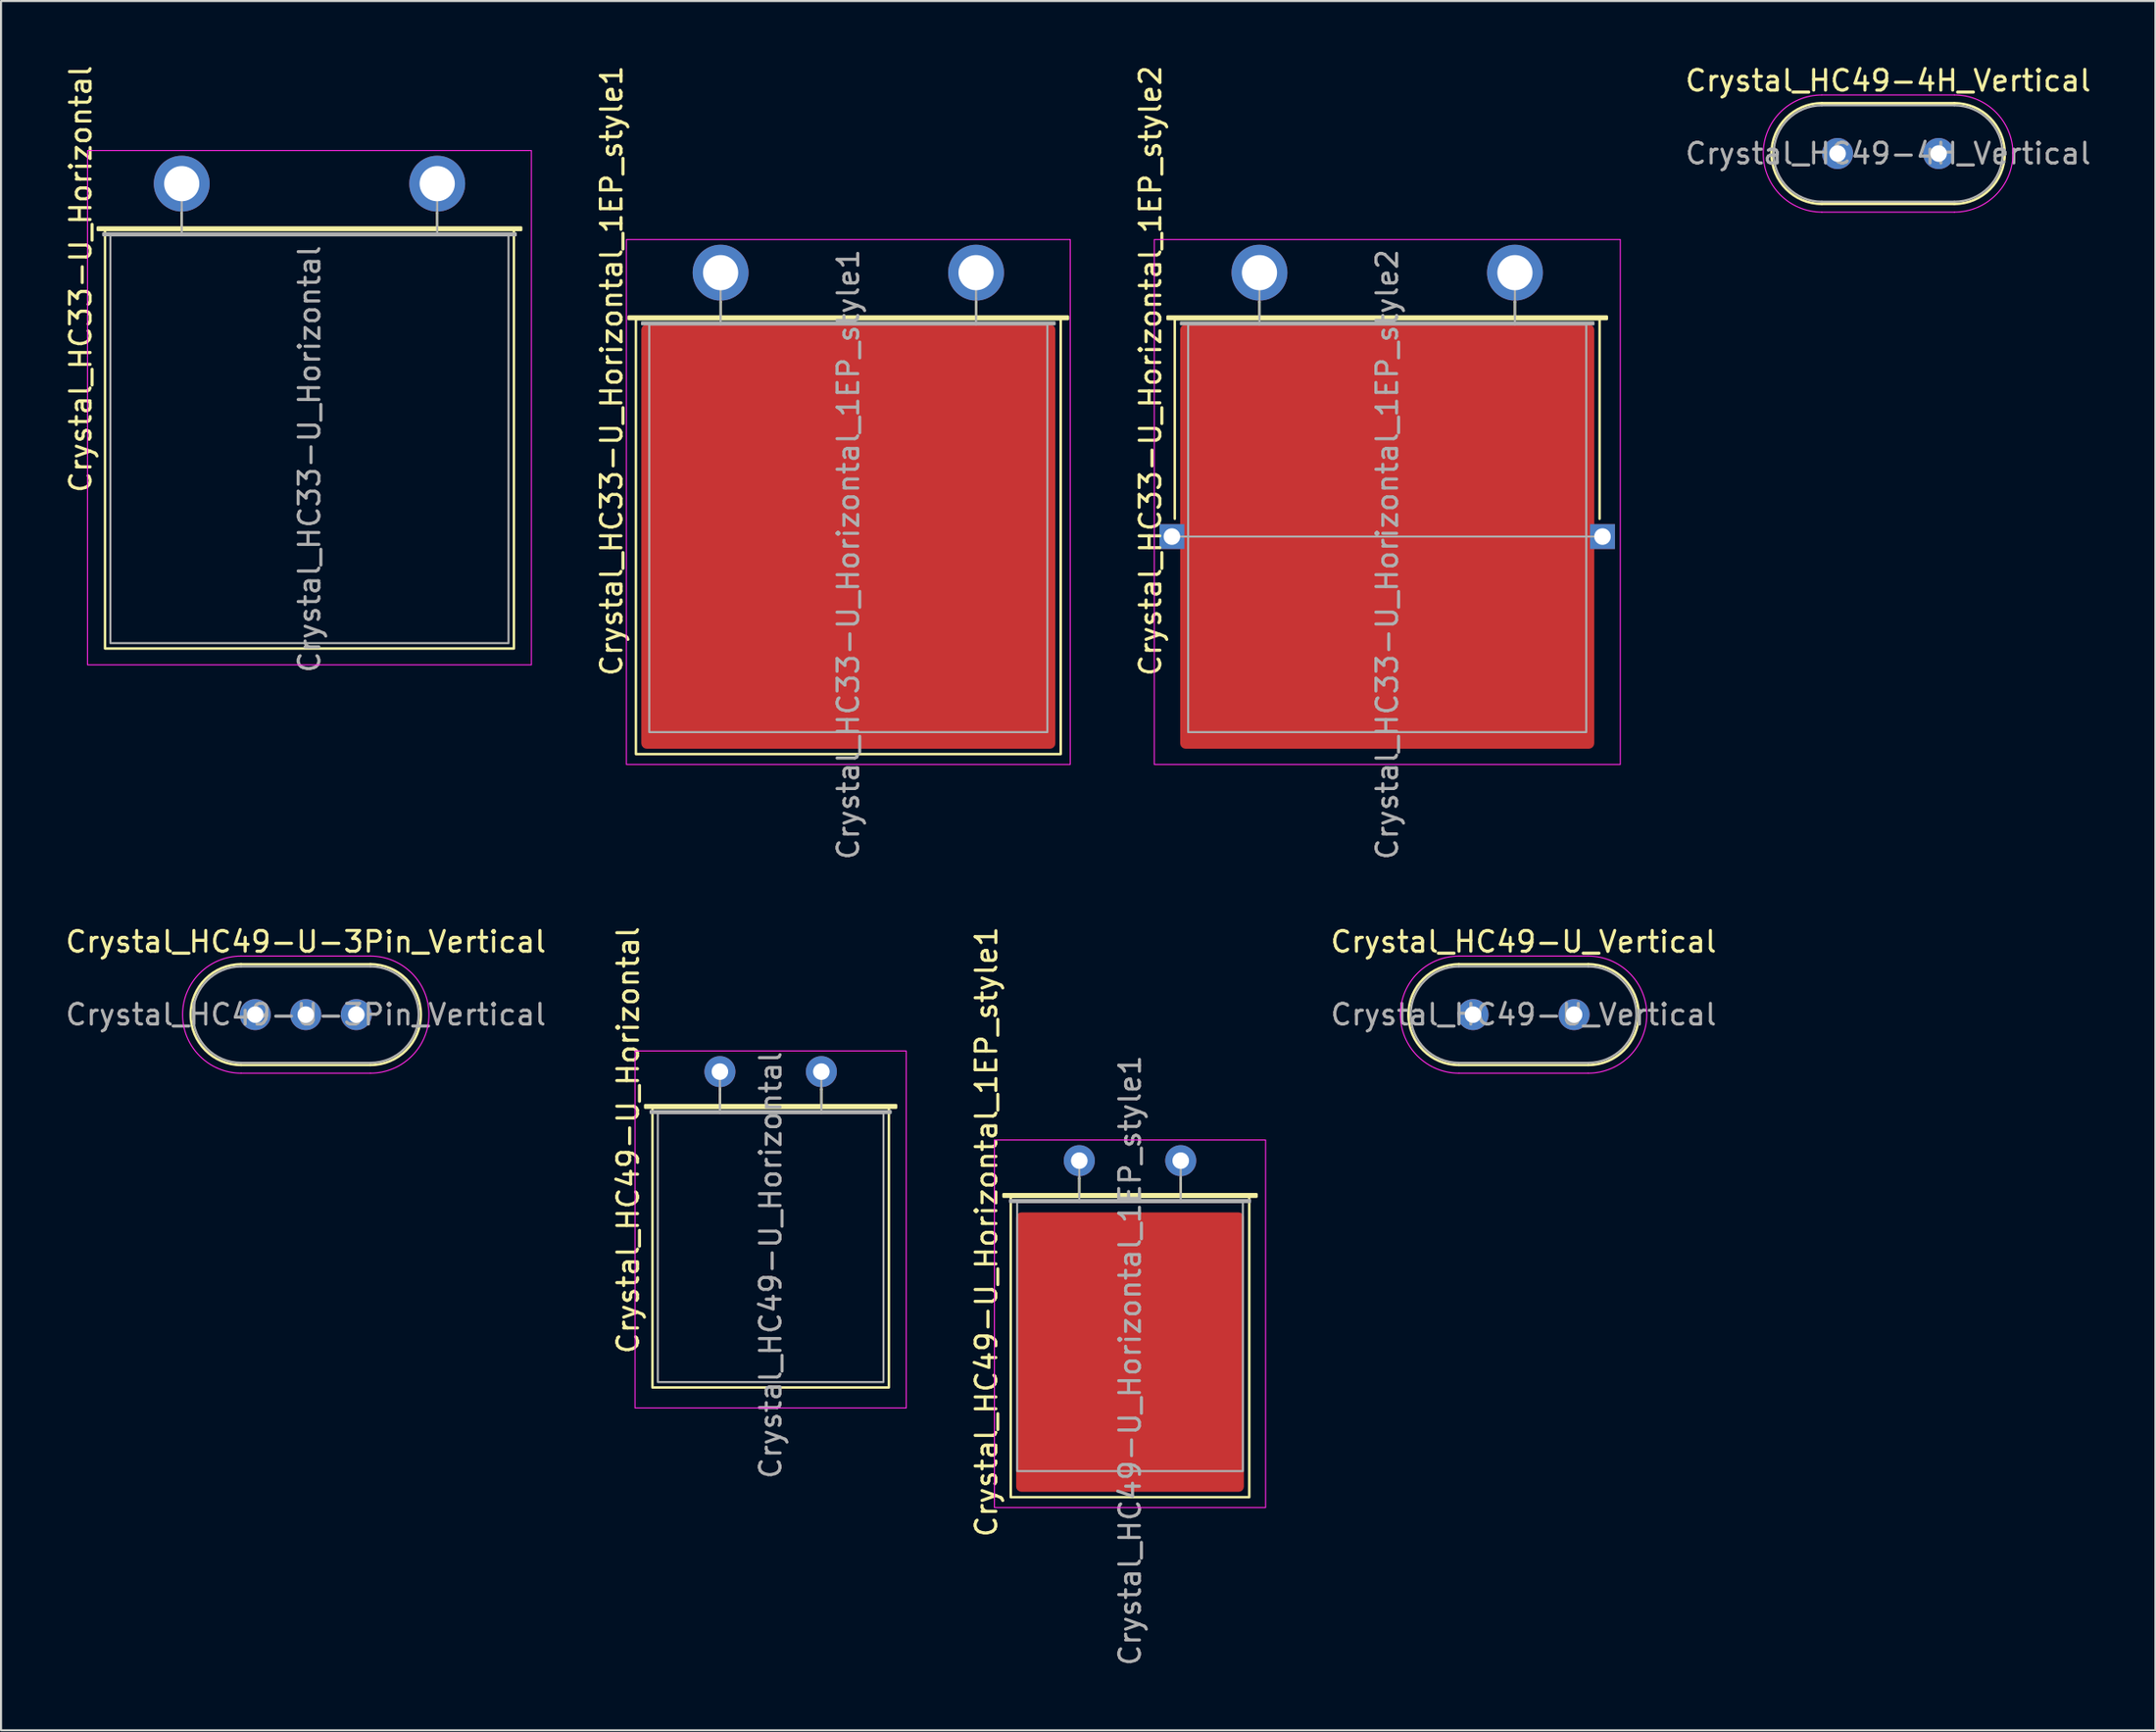
<source format=kicad_pcb>
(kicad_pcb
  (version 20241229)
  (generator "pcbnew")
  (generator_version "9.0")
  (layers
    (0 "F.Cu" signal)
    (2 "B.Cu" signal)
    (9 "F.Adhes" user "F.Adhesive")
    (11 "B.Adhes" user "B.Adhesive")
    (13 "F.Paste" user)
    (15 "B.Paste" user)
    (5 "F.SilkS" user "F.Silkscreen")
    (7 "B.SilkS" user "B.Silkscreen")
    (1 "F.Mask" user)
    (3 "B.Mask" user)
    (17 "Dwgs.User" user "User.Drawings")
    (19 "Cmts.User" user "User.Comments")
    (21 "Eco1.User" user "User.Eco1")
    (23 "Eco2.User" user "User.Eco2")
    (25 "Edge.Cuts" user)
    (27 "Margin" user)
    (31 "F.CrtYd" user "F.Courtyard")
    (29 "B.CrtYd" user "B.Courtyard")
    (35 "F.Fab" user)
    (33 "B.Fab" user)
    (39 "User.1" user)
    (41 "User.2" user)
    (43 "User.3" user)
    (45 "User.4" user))
  (footprint "Crystal_HC49-U_Horizontal"
    (layer "F.Cu")
    (at 31.724 48.724)
    (property "Reference" "Crystal_HC49-U_Horizontal" (at -4.435 3.312 90) (layer "F.SilkS") (effects (font (size 1 1) (thickness 0.15))))
    (attr through_hole)
    (fp_line (start 0 0.87) (end 0 0.81) (stroke (width 0.12) (type solid)) (layer "F.SilkS"))
    (fp_line (start 0 1.74) (end 0 0.87) (stroke (width 0.12) (type solid)) (layer "F.SilkS"))
    (fp_line (start 4.9 0.87) (end 4.9 0.81) (stroke (width 0.12) (type solid)) (layer "F.SilkS"))
    (fp_line (start 4.9 1.74) (end 4.9 0.87) (stroke (width 0.12) (type solid)) (layer "F.SilkS"))
    (fp_rect (start -3.61 1.74) (end 8.51 1.62) (stroke (width 0.12) (type solid)) (fill no) (layer "F.SilkS"))
    (fp_rect (start -3.26 1.74) (end 8.16 15.26) (stroke (width 0.12) (type solid)) (fill no) (layer "F.SilkS"))
    (fp_rect (start -4.1 -1) (end 9 16.25) (stroke (width 0.05) (type solid)) (fill no) (layer "F.CrtYd"))
    (fp_line (start 0 1) (end 0 0) (stroke (width 0.1) (type solid)) (layer "F.Fab"))
    (fp_line (start 0 2) (end 0 1) (stroke (width 0.1) (type solid)) (layer "F.Fab"))
    (fp_line (start 4.9 1) (end 4.9 0) (stroke (width 0.1) (type solid)) (layer "F.Fab"))
    (fp_line (start 4.9 2) (end 4.9 1) (stroke (width 0.1) (type solid)) (layer "F.Fab"))
    (fp_rect (start -3.35 2) (end 8.25 1.9) (stroke (width 0.1) (type solid)) (fill no) (layer "F.Fab"))
    (fp_rect (start -3 2) (end 7.9 15) (stroke (width 0.1) (type solid)) (fill no) (layer "F.Fab"))
    (fp_text user "${REFERENCE}" (at 2.45 9.35 90) (layer "F.Fab") (effects (font (size 1 1) (thickness 0.15))))
    (pad "1" thru_hole circle (at 0 0) (size 1.5 1.5) (drill 0.8) (layers "*.Cu" "*.Mask"))
    (pad "2" thru_hole circle (at 4.9 0) (size 1.5 1.5) (drill 0.8) (layers "*.Cu" "*.Mask")))
  (footprint "Crystal_HC49-U-3Pin_Vertical"
    (layer "F.Cu")
    (at 9.28 45.97)
    (property "Reference" "Crystal_HC49-U-3Pin_Vertical" (at 2.44 -3.52 0) (layer "F.SilkS") (effects (font (size 1 1) (thickness 0.15))))
    (attr through_hole)
    (fp_line (start -0.685 -2.435) (end 5.565 -2.435) (stroke (width 0.12) (type solid)) (layer "F.SilkS"))
    (fp_line (start -0.685 2.435) (end 5.565 2.435) (stroke (width 0.12) (type solid)) (layer "F.SilkS"))
    (fp_arc (start -0.685 2.435) (mid -3.12 0) (end -0.685 -2.435) (stroke (width 0.12) (type solid)) (layer "F.SilkS"))
    (fp_arc (start 5.565 -2.435) (mid 8 0) (end 5.565 2.435) (stroke (width 0.12) (type solid)) (layer "F.SilkS"))
    (fp_line (start -0.68 -2.83) (end 5.56 -2.83) (stroke (width 0.05) (type solid)) (layer "F.CrtYd"))
    (fp_line (start -0.68 2.83) (end 5.56 2.83) (stroke (width 0.05) (type solid)) (layer "F.CrtYd"))
    (fp_arc (start -0.68 2.83) (mid -3.51 0) (end -0.68 -2.83) (stroke (width 0.05) (type solid)) (layer "F.CrtYd"))
    (fp_arc (start 5.56 -2.83) (mid 8.39 0) (end 5.56 2.83) (stroke (width 0.05) (type solid)) (layer "F.CrtYd"))
    (fp_line (start -0.685 -2.325) (end 5.565 -2.325) (stroke (width 0.1) (type solid)) (layer "F.Fab"))
    (fp_line (start -0.685 2.325) (end 5.565 2.325) (stroke (width 0.1) (type solid)) (layer "F.Fab"))
    (fp_arc (start -0.685 2.325) (mid -3.01 0) (end -0.685 -2.325) (stroke (width 0.1) (type solid)) (layer "F.Fab"))
    (fp_arc (start 5.565 -2.325) (mid 7.89 0) (end 5.565 2.325) (stroke (width 0.1) (type solid)) (layer "F.Fab"))
    (fp_text user "${REFERENCE}" (at 2.44 0 0) (layer "F.Fab") (effects (font (size 1 1) (thickness 0.15))))
    (pad "1" thru_hole circle (at 0 0) (size 1.5 1.5) (drill 0.8) (layers "*.Cu" "*.Mask"))
    (pad "2" thru_hole circle (at 2.44 0) (size 1.5 1.5) (drill 0.8) (layers "*.Cu" "*.Mask"))
    (pad "3" thru_hole circle (at 4.88 0) (size 1.5 1.5) (drill 0.8) (layers "*.Cu" "*.Mask")))
  (footprint "Crystal_HC49-4H_Vertical"
    (layer "F.Cu")
    (at 85.71 4.368)
    (property "Reference" "Crystal_HC49-4H_Vertical" (at 2.44 -3.52 0) (layer "F.SilkS") (effects (font (size 1 1) (thickness 0.15))))
    (attr through_hole)
    (fp_line (start -0.76 -2.435) (end 5.64 -2.435) (stroke (width 0.12) (type solid)) (layer "F.SilkS"))
    (fp_line (start -0.76 2.435) (end 5.64 2.435) (stroke (width 0.12) (type solid)) (layer "F.SilkS"))
    (fp_arc (start -0.76 2.435) (mid -3.195 0) (end -0.76 -2.435) (stroke (width 0.12) (type solid)) (layer "F.SilkS"))
    (fp_arc (start 5.64 -2.435) (mid 8.075 0) (end 5.64 2.435) (stroke (width 0.12) (type solid)) (layer "F.SilkS"))
    (fp_line (start -0.76 -2.83) (end 5.64 -2.83) (stroke (width 0.05) (type solid)) (layer "F.CrtYd"))
    (fp_line (start -0.76 2.83) (end 5.64 2.83) (stroke (width 0.05) (type solid)) (layer "F.CrtYd"))
    (fp_arc (start -0.76 2.83) (mid -3.59 0) (end -0.76 -2.83) (stroke (width 0.05) (type solid)) (layer "F.CrtYd"))
    (fp_arc (start 5.64 -2.83) (mid 8.47 0) (end 5.64 2.83) (stroke (width 0.05) (type solid)) (layer "F.CrtYd"))
    (fp_line (start -0.76 -2.325) (end 5.64 -2.325) (stroke (width 0.1) (type solid)) (layer "F.Fab"))
    (fp_line (start -0.76 2.325) (end 5.64 2.325) (stroke (width 0.1) (type solid)) (layer "F.Fab"))
    (fp_arc (start -0.76 2.325) (mid -3.085 0) (end -0.76 -2.325) (stroke (width 0.1) (type solid)) (layer "F.Fab"))
    (fp_arc (start 5.64 -2.325) (mid 7.965 0) (end 5.64 2.325) (stroke (width 0.1) (type solid)) (layer "F.Fab"))
    (fp_text user "${REFERENCE}" (at 2.44 0 0) (layer "F.Fab") (effects (font (size 1 1) (thickness 0.15))))
    (pad "1" thru_hole circle (at 0 0) (size 1.5 1.5) (drill 0.8) (layers "*.Cu" "*.Mask"))
    (pad "2" thru_hole circle (at 4.88 0) (size 1.5 1.5) (drill 0.8) (layers "*.Cu" "*.Mask")))
  (footprint "Crystal_HC33-U_Horizontal_1EP_style2"
    (layer "F.Cu")
    (at 57.785 10.123)
    (property "Reference" "Crystal_HC33-U_Horizontal_1EP_style2" (at -5.265 4.74 90) (layer "F.SilkS") (effects (font (size 1 1) (thickness 0.15))))
    (attr through_hole)
    (fp_line (start -4.09 2.24) (end 16.43 2.24) (stroke (width 0.12) (type solid)) (layer "F.SilkS"))
    (fp_line (start -4.09 11.89) (end -4.09 2.24) (stroke (width 0.12) (type solid)) (layer "F.SilkS"))
    (fp_line (start 0 1.41) (end 0 1.41) (stroke (width 0.12) (type solid)) (layer "F.SilkS"))
    (fp_line (start 0 2.24) (end 0 1.41) (stroke (width 0.12) (type solid)) (layer "F.SilkS"))
    (fp_line (start 12.34 1.41) (end 12.34 1.41) (stroke (width 0.12) (type solid)) (layer "F.SilkS"))
    (fp_line (start 12.34 2.24) (end 12.34 1.41) (stroke (width 0.12) (type solid)) (layer "F.SilkS"))
    (fp_line (start 16.43 2.24) (end 16.43 11.89) (stroke (width 0.12) (type solid)) (layer "F.SilkS"))
    (fp_rect (start -4.44 2.24) (end 16.78 2.12) (stroke (width 0.12) (type solid)) (fill no) (layer "F.SilkS"))
    (fp_rect (start -5.08 -1.6) (end 17.43 23.76) (stroke (width 0.05) (type solid)) (fill no) (layer "F.CrtYd"))
    (fp_line (start -4.23 12.75) (end 16.57 12.75) (stroke (width 0.1) (type solid)) (layer "F.Fab"))
    (fp_line (start 0 1.25) (end 0 0) (stroke (width 0.1) (type solid)) (layer "F.Fab"))
    (fp_line (start 0 2.5) (end 0 1.25) (stroke (width 0.1) (type solid)) (layer "F.Fab"))
    (fp_line (start 12.34 1.25) (end 12.34 0) (stroke (width 0.1) (type solid)) (layer "F.Fab"))
    (fp_line (start 12.34 2.5) (end 12.34 1.25) (stroke (width 0.1) (type solid)) (layer "F.Fab"))
    (fp_rect (start -3.795 2.5) (end 16.135 2.4) (stroke (width 0.1) (type solid)) (fill no) (layer "F.Fab"))
    (fp_rect (start -3.445 2.5) (end 15.785 22.2) (stroke (width 0.1) (type solid)) (fill no) (layer "F.Fab"))
    (fp_text user "${REFERENCE}" (at 6.17 13.616 90) (layer "F.Fab") (effects (font (size 1 1) (thickness 0.15))))
    (pad "1" thru_hole circle (at 0 0) (size 2.7 2.7) (drill 1.7) (layers "*.Cu" "*.Mask"))
    (pad "2" thru_hole circle (at 12.34 0) (size 2.7 2.7) (drill 1.7) (layers "*.Cu" "*.Mask"))
    (pad "3" thru_hole rect (at -4.23 12.75) (size 1.2 1.2) (drill 0.8) (layers "*.Cu" "*.Mask"))
    (pad "3" smd roundrect (at 6.17 12.75) (size 20 20.5) (layers "F.Cu" "F.Mask" "F.Paste") (roundrect_rratio 0.013))
    (pad "3" thru_hole rect (at 16.57 12.75) (size 1.2 1.2) (drill 0.8) (layers "*.Cu" "*.Mask")))
  (footprint "Crystal_HC33-U_Horizontal"
    (layer "F.Cu")
    (at 5.728 5.822)
    (property "Reference" "Crystal_HC33-U_Horizontal" (at -4.88 4.612 90) (layer "F.SilkS") (effects (font (size 1 1) (thickness 0.15))))
    (attr through_hole)
    (fp_line (start 0 1.41) (end 0 1.41) (stroke (width 0.12) (type solid)) (layer "F.SilkS"))
    (fp_line (start 0 2.24) (end 0 1.41) (stroke (width 0.12) (type solid)) (layer "F.SilkS"))
    (fp_line (start 12.34 1.41) (end 12.34 1.41) (stroke (width 0.12) (type solid)) (layer "F.SilkS"))
    (fp_line (start 12.34 2.24) (end 12.34 1.41) (stroke (width 0.12) (type solid)) (layer "F.SilkS"))
    (fp_rect (start -4.055 2.24) (end 16.395 2.12) (stroke (width 0.12) (type solid)) (fill no) (layer "F.SilkS"))
    (fp_rect (start -3.705 2.24) (end 16.045 22.46) (stroke (width 0.12) (type solid)) (fill no) (layer "F.SilkS"))
    (fp_rect (start -4.55 -1.6) (end 16.89 23.25) (stroke (width 0.05) (type solid)) (fill no) (layer "F.CrtYd"))
    (fp_line (start 0 1.25) (end 0 0) (stroke (width 0.1) (type solid)) (layer "F.Fab"))
    (fp_line (start 0 2.5) (end 0 1.25) (stroke (width 0.1) (type solid)) (layer "F.Fab"))
    (fp_line (start 12.34 1.25) (end 12.34 0) (stroke (width 0.1) (type solid)) (layer "F.Fab"))
    (fp_line (start 12.34 2.5) (end 12.34 1.25) (stroke (width 0.1) (type solid)) (layer "F.Fab"))
    (fp_rect (start -3.795 2.5) (end 16.135 2.4) (stroke (width 0.1) (type solid)) (fill no) (layer "F.Fab"))
    (fp_rect (start -3.445 2.5) (end 15.785 22.2) (stroke (width 0.1) (type solid)) (fill no) (layer "F.Fab"))
    (fp_text user "${REFERENCE}" (at 6.17 13.31 90) (layer "F.Fab") (effects (font (size 1 1) (thickness 0.15))))
    (pad "1" thru_hole circle (at 0 0) (size 2.7 2.7) (drill 1.7) (layers "*.Cu" "*.Mask"))
    (pad "2" thru_hole circle (at 12.34 0) (size 2.7 2.7) (drill 1.7) (layers "*.Cu" "*.Mask")))
  (footprint "Crystal_HC49-U_Horizontal_1EP_style1"
    (layer "F.Cu")
    (at 49.082 53.025)
    (property "Reference" "Crystal_HC49-U_Horizontal_1EP_style1" (at -4.485 3.44 90) (layer "F.SilkS") (effects (font (size 1 1) (thickness 0.15))))
    (attr through_hole)
    (fp_line (start 0 0.87) (end 0 0.81) (stroke (width 0.12) (type solid)) (layer "F.SilkS"))
    (fp_line (start 0 1.74) (end 0 0.87) (stroke (width 0.12) (type solid)) (layer "F.SilkS"))
    (fp_line (start 4.9 0.87) (end 4.9 0.81) (stroke (width 0.12) (type solid)) (layer "F.SilkS"))
    (fp_line (start 4.9 1.74) (end 4.9 0.87) (stroke (width 0.12) (type solid)) (layer "F.SilkS"))
    (fp_rect (start -3.66 1.74) (end 8.56 1.62) (stroke (width 0.12) (type solid)) (fill no) (layer "F.SilkS"))
    (fp_rect (start -3.31 1.74) (end 8.21 16.26) (stroke (width 0.12) (type solid)) (fill no) (layer "F.SilkS"))
    (fp_rect (start -4.1 -1) (end 9 16.76) (stroke (width 0.05) (type solid)) (fill no) (layer "F.CrtYd"))
    (fp_line (start 0 1) (end 0 0) (stroke (width 0.1) (type solid)) (layer "F.Fab"))
    (fp_line (start 0 2) (end 0 1) (stroke (width 0.1) (type solid)) (layer "F.Fab"))
    (fp_line (start 4.9 1) (end 4.9 0) (stroke (width 0.1) (type solid)) (layer "F.Fab"))
    (fp_line (start 4.9 2) (end 4.9 1) (stroke (width 0.1) (type solid)) (layer "F.Fab"))
    (fp_rect (start -3.35 2) (end 8.25 1.9) (stroke (width 0.1) (type solid)) (fill no) (layer "F.Fab"))
    (fp_rect (start -3 2) (end 7.9 15) (stroke (width 0.1) (type solid)) (fill no) (layer "F.Fab"))
    (fp_text user "${REFERENCE}" (at 2.45 9.656 90) (layer "F.Fab") (effects (font (size 1 1) (thickness 0.15))))
    (pad "1" thru_hole circle (at 0 0) (size 1.5 1.5) (drill 0.8) (layers "*.Cu" "*.Mask"))
    (pad "2" thru_hole circle (at 4.9 0) (size 1.5 1.5) (drill 0.8) (layers "*.Cu" "*.Mask"))
    (pad "3" smd roundrect (at 2.45 9.25) (size 11 13.5) (layers "F.Cu" "F.Mask" "F.Paste") (roundrect_rratio 0.023)))
  (footprint "Crystal_HC49-U_Vertical"
    (layer "F.Cu")
    (at 68.102 45.97)
    (property "Reference" "Crystal_HC49-U_Vertical" (at 2.44 -3.52 0) (layer "F.SilkS") (effects (font (size 1 1) (thickness 0.15))))
    (attr through_hole)
    (fp_line (start -0.685 -2.435) (end 5.565 -2.435) (stroke (width 0.12) (type solid)) (layer "F.SilkS"))
    (fp_line (start -0.685 2.435) (end 5.565 2.435) (stroke (width 0.12) (type solid)) (layer "F.SilkS"))
    (fp_arc (start -0.685 2.435) (mid -3.12 0) (end -0.685 -2.435) (stroke (width 0.12) (type solid)) (layer "F.SilkS"))
    (fp_arc (start 5.565 -2.435) (mid 8 0) (end 5.565 2.435) (stroke (width 0.12) (type solid)) (layer "F.SilkS"))
    (fp_line (start -0.68 -2.83) (end 5.56 -2.83) (stroke (width 0.05) (type solid)) (layer "F.CrtYd"))
    (fp_line (start -0.68 2.83) (end 5.56 2.83) (stroke (width 0.05) (type solid)) (layer "F.CrtYd"))
    (fp_arc (start -0.68 2.83) (mid -3.51 0) (end -0.68 -2.83) (stroke (width 0.05) (type solid)) (layer "F.CrtYd"))
    (fp_arc (start 5.56 -2.83) (mid 8.39 0) (end 5.56 2.83) (stroke (width 0.05) (type solid)) (layer "F.CrtYd"))
    (fp_line (start -0.685 -2.325) (end 5.565 -2.325) (stroke (width 0.1) (type solid)) (layer "F.Fab"))
    (fp_line (start -0.685 2.325) (end 5.565 2.325) (stroke (width 0.1) (type solid)) (layer "F.Fab"))
    (fp_arc (start -0.685 2.325) (mid -3.01 0) (end -0.685 -2.325) (stroke (width 0.1) (type solid)) (layer "F.Fab"))
    (fp_arc (start 5.565 -2.325) (mid 7.89 0) (end 5.565 2.325) (stroke (width 0.1) (type solid)) (layer "F.Fab"))
    (fp_text user "${REFERENCE}" (at 2.44 0 0) (layer "F.Fab") (effects (font (size 1 1) (thickness 0.15))))
    (pad "1" thru_hole circle (at 0 0) (size 1.5 1.5) (drill 0.8) (layers "*.Cu" "*.Mask"))
    (pad "2" thru_hole circle (at 4.88 0) (size 1.5 1.5) (drill 0.8) (layers "*.Cu" "*.Mask")))
  (footprint "Crystal_HC33-U_Horizontal_1EP_style1"
    (layer "F.Cu")
    (at 31.756 10.123)
    (property "Reference" "Crystal_HC33-U_Horizontal_1EP_style1" (at -5.265 4.74 90) (layer "F.SilkS") (effects (font (size 1 1) (thickness 0.15))))
    (attr through_hole)
    (fp_line (start 0 1.41) (end 0 1.41) (stroke (width 0.12) (type solid)) (layer "F.SilkS"))
    (fp_line (start 0 2.24) (end 0 1.41) (stroke (width 0.12) (type solid)) (layer "F.SilkS"))
    (fp_line (start 12.34 1.41) (end 12.34 1.41) (stroke (width 0.12) (type solid)) (layer "F.SilkS"))
    (fp_line (start 12.34 2.24) (end 12.34 1.41) (stroke (width 0.12) (type solid)) (layer "F.SilkS"))
    (fp_rect (start -4.44 2.24) (end 16.78 2.12) (stroke (width 0.12) (type solid)) (fill no) (layer "F.SilkS"))
    (fp_rect (start -4.09 2.24) (end 16.43 23.26) (stroke (width 0.12) (type solid)) (fill no) (layer "F.SilkS"))
    (fp_rect (start -4.55 -1.6) (end 16.89 23.76) (stroke (width 0.05) (type solid)) (fill no) (layer "F.CrtYd"))
    (fp_line (start 0 1.25) (end 0 0) (stroke (width 0.1) (type solid)) (layer "F.Fab"))
    (fp_line (start 0 2.5) (end 0 1.25) (stroke (width 0.1) (type solid)) (layer "F.Fab"))
    (fp_line (start 12.34 1.25) (end 12.34 0) (stroke (width 0.1) (type solid)) (layer "F.Fab"))
    (fp_line (start 12.34 2.5) (end 12.34 1.25) (stroke (width 0.1) (type solid)) (layer "F.Fab"))
    (fp_rect (start -3.795 2.5) (end 16.135 2.4) (stroke (width 0.1) (type solid)) (fill no) (layer "F.Fab"))
    (fp_rect (start -3.445 2.5) (end 15.785 22.2) (stroke (width 0.1) (type solid)) (fill no) (layer "F.Fab"))
    (fp_text user "${REFERENCE}" (at 6.17 13.616 90) (layer "F.Fab") (effects (font (size 1 1) (thickness 0.15))))
    (pad "1" thru_hole circle (at 0 0) (size 2.7 2.7) (drill 1.7) (layers "*.Cu" "*.Mask"))
    (pad "2" thru_hole circle (at 12.34 0) (size 2.7 2.7) (drill 1.7) (layers "*.Cu" "*.Mask"))
    (pad "3" smd roundrect (at 6.17 12.75) (size 20 20.5) (layers "F.Cu" "F.Mask" "F.Paste") (roundrect_rratio 0.013)))
  (gr_rect
    (start -3 -3)
    (end 101.061 80.544)
    (stroke (width 0.1) (type default))
    (fill no)
    (layer "Edge.Cuts")))
</source>
